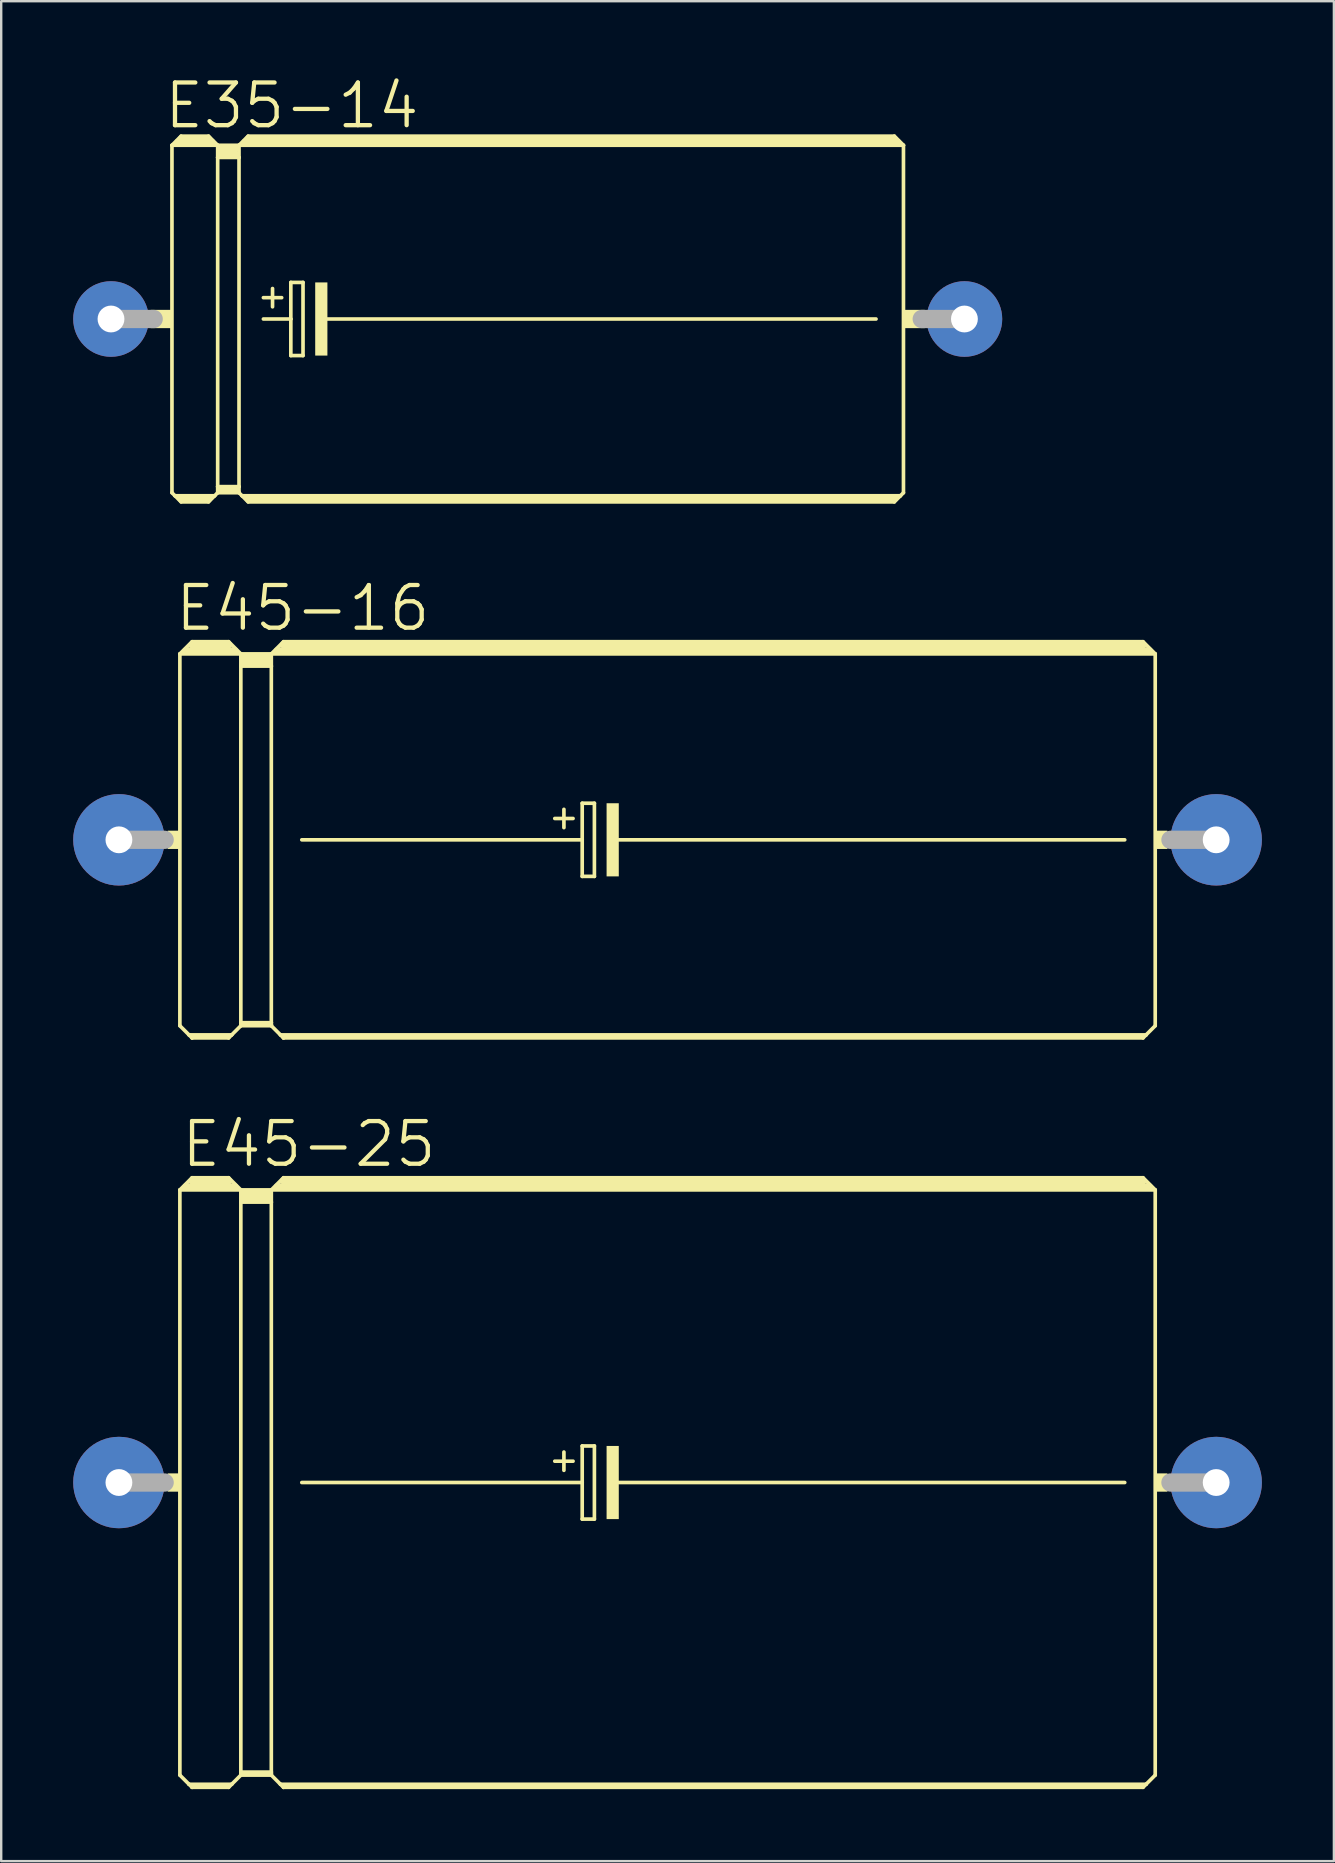
<source format=kicad_pcb>
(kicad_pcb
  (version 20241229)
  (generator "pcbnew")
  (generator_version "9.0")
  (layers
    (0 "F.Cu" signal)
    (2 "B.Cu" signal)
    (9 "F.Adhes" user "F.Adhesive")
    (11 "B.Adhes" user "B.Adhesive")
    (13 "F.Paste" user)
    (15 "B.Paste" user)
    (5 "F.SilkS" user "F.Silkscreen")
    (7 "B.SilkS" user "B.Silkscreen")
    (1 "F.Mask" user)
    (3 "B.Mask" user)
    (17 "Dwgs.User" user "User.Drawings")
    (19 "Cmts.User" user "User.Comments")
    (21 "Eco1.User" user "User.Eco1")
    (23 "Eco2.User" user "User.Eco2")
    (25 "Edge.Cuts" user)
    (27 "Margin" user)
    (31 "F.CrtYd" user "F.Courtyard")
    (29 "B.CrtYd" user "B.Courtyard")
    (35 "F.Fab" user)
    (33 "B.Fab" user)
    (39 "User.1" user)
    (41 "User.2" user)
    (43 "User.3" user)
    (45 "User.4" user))
  (footprint "E45-16"
    (layer "F.Cu")
    (at 24.765 31.943)
    (property "Reference" "E45-16" (at -15.198 -9.652 0) (layer "F.SilkS") (effects (font (size 1.778 1.778) (thickness 0.178))))
    (attr through_hole)
    (fp_line (start -20.32 -7.747) (end -20.32 7.747) (stroke (width 0.152) (type solid)) (layer "F.SilkS"))
    (fp_line (start -20.32 -7.747) (end -19.812 -8.255) (stroke (width 0.152) (type solid)) (layer "F.SilkS"))
    (fp_line (start -20.32 -7.747) (end -17.78 -7.747) (stroke (width 0.152) (type solid)) (layer "F.SilkS"))
    (fp_line (start -20.32 7.747) (end -19.939 8.128) (stroke (width 0.152) (type solid)) (layer "F.SilkS"))
    (fp_line (start -20.066 -7.874) (end -18.034 -7.874) (stroke (width 0.305) (type solid)) (layer "F.SilkS"))
    (fp_line (start -19.939 8.128) (end -19.812 8.255) (stroke (width 0.152) (type solid)) (layer "F.SilkS"))
    (fp_line (start -19.939 8.128) (end -18.161 8.128) (stroke (width 0.152) (type solid)) (layer "F.SilkS"))
    (fp_line (start -19.812 -8.255) (end -18.288 -8.255) (stroke (width 0.152) (type solid)) (layer "F.SilkS"))
    (fp_line (start -19.812 -8.128) (end -18.288 -8.128) (stroke (width 0.305) (type solid)) (layer "F.SilkS"))
    (fp_line (start -19.812 8.204) (end -18.288 8.204) (stroke (width 0.152) (type solid)) (layer "F.SilkS"))
    (fp_line (start -19.812 8.255) (end -19.812 8.204) (stroke (width 0.152) (type solid)) (layer "F.SilkS"))
    (fp_line (start -19.812 8.255) (end -18.288 8.255) (stroke (width 0.152) (type solid)) (layer "F.SilkS"))
    (fp_line (start -18.288 -8.255) (end -17.78 -7.747) (stroke (width 0.152) (type solid)) (layer "F.SilkS"))
    (fp_line (start -18.288 8.255) (end -18.161 8.128) (stroke (width 0.152) (type solid)) (layer "F.SilkS"))
    (fp_line (start -18.161 8.128) (end -17.78 7.747) (stroke (width 0.152) (type solid)) (layer "F.SilkS"))
    (fp_line (start -17.78 -7.747) (end -16.51 -7.747) (stroke (width 0.152) (type solid)) (layer "F.SilkS"))
    (fp_line (start -17.78 -7.239) (end -17.78 -7.747) (stroke (width 0.152) (type solid)) (layer "F.SilkS"))
    (fp_line (start -17.78 -7.239) (end -16.51 -7.239) (stroke (width 0.152) (type solid)) (layer "F.SilkS"))
    (fp_line (start -17.78 7.62) (end -17.78 -7.239) (stroke (width 0.152) (type solid)) (layer "F.SilkS"))
    (fp_line (start -17.78 7.62) (end -16.51 7.62) (stroke (width 0.152) (type solid)) (layer "F.SilkS"))
    (fp_line (start -17.78 7.696) (end -17.78 7.62) (stroke (width 0.152) (type solid)) (layer "F.SilkS"))
    (fp_line (start -17.78 7.696) (end -16.51 7.696) (stroke (width 0.152) (type solid)) (layer "F.SilkS"))
    (fp_line (start -17.78 7.747) (end -17.78 7.696) (stroke (width 0.152) (type solid)) (layer "F.SilkS"))
    (fp_line (start -17.78 7.747) (end -16.51 7.747) (stroke (width 0.152) (type solid)) (layer "F.SilkS"))
    (fp_line (start -17.653 -7.62) (end -16.637 -7.62) (stroke (width 0.305) (type solid)) (layer "F.SilkS"))
    (fp_line (start -17.653 -7.366) (end -16.637 -7.366) (stroke (width 0.305) (type solid)) (layer "F.SilkS"))
    (fp_line (start -16.51 -7.747) (end -16.002 -8.255) (stroke (width 0.152) (type solid)) (layer "F.SilkS"))
    (fp_line (start -16.51 -7.747) (end 20.32 -7.747) (stroke (width 0.152) (type solid)) (layer "F.SilkS"))
    (fp_line (start -16.51 -7.239) (end -16.51 -7.747) (stroke (width 0.152) (type solid)) (layer "F.SilkS"))
    (fp_line (start -16.51 7.62) (end -16.51 -7.239) (stroke (width 0.152) (type solid)) (layer "F.SilkS"))
    (fp_line (start -16.51 7.696) (end -16.51 7.62) (stroke (width 0.152) (type solid)) (layer "F.SilkS"))
    (fp_line (start -16.51 7.747) (end -16.51 7.696) (stroke (width 0.152) (type solid)) (layer "F.SilkS"))
    (fp_line (start -16.51 7.747) (end -16.129 8.128) (stroke (width 0.152) (type solid)) (layer "F.SilkS"))
    (fp_line (start -16.256 -7.874) (end 20.066 -7.874) (stroke (width 0.305) (type solid)) (layer "F.SilkS"))
    (fp_line (start -16.129 8.128) (end -16.002 8.255) (stroke (width 0.152) (type solid)) (layer "F.SilkS"))
    (fp_line (start -16.129 8.128) (end 19.939 8.128) (stroke (width 0.152) (type solid)) (layer "F.SilkS"))
    (fp_line (start -16.002 -8.255) (end 19.812 -8.255) (stroke (width 0.152) (type solid)) (layer "F.SilkS"))
    (fp_line (start -16.002 -8.128) (end 19.812 -8.128) (stroke (width 0.305) (type solid)) (layer "F.SilkS"))
    (fp_line (start -16.002 8.204) (end 19.812 8.204) (stroke (width 0.152) (type solid)) (layer "F.SilkS"))
    (fp_line (start -16.002 8.255) (end -16.002 8.204) (stroke (width 0.152) (type solid)) (layer "F.SilkS"))
    (fp_line (start -16.002 8.255) (end 19.812 8.255) (stroke (width 0.152) (type solid)) (layer "F.SilkS"))
    (fp_line (start -15.24 0) (end -3.556 0) (stroke (width 0.152) (type solid)) (layer "F.SilkS"))
    (fp_line (start -4.699 -0.889) (end -3.937 -0.889) (stroke (width 0.152) (type solid)) (layer "F.SilkS"))
    (fp_line (start -4.318 -1.27) (end -4.318 -0.508) (stroke (width 0.152) (type solid)) (layer "F.SilkS"))
    (fp_line (start -3.556 -1.524) (end -3.556 0) (stroke (width 0.152) (type solid)) (layer "F.SilkS"))
    (fp_line (start -3.556 0) (end -3.556 1.524) (stroke (width 0.152) (type solid)) (layer "F.SilkS"))
    (fp_line (start -3.556 1.524) (end -3.048 1.524) (stroke (width 0.152) (type solid)) (layer "F.SilkS"))
    (fp_line (start -3.048 -1.524) (end -3.556 -1.524) (stroke (width 0.152) (type solid)) (layer "F.SilkS"))
    (fp_line (start -3.048 1.524) (end -3.048 -1.524) (stroke (width 0.152) (type solid)) (layer "F.SilkS"))
    (fp_line (start -2.159 0) (end 19.05 0) (stroke (width 0.152) (type solid)) (layer "F.SilkS"))
    (fp_line (start 19.812 -8.255) (end 20.32 -7.747) (stroke (width 0.152) (type solid)) (layer "F.SilkS"))
    (fp_line (start 19.812 8.255) (end 19.939 8.128) (stroke (width 0.152) (type solid)) (layer "F.SilkS"))
    (fp_line (start 19.939 8.128) (end 20.32 7.747) (stroke (width 0.152) (type solid)) (layer "F.SilkS"))
    (fp_line (start 20.32 -7.747) (end 20.32 7.747) (stroke (width 0.152) (type solid)) (layer "F.SilkS"))
    (fp_poly (pts (xy -20.828 -0.381) (xy -20.32 -0.381) (xy -20.32 0.381) (xy -20.828 0.381)) (stroke (width 0) (type solid)) (fill yes) (layer "F.SilkS"))
    (fp_poly (pts (xy -2.54 -1.524) (xy -2.032 -1.524) (xy -2.032 1.524) (xy -2.54 1.524)) (stroke (width 0) (type solid)) (fill yes) (layer "F.SilkS"))
    (fp_poly (pts (xy 20.32 -0.381) (xy 20.828 -0.381) (xy 20.828 0.381) (xy 20.32 0.381)) (stroke (width 0) (type solid)) (fill yes) (layer "F.SilkS"))
    (fp_line (start -22.86 0) (end -20.955 0) (stroke (width 0.762) (type solid)) (layer "F.Fab"))
    (fp_line (start 22.86 0) (end 20.955 0) (stroke (width 0.762) (type solid)) (layer "F.Fab"))
    (pad "+" thru_hole circle (at -22.86 0) (size 3.81 3.81) (drill 1.118) (layers "*.Cu" "*.Mask"))
    (pad "-" thru_hole circle (at 22.86 0) (size 3.81 3.81) (drill 1.118) (layers "*.Cu" "*.Mask")))
  (footprint "E35-14"
    (layer "F.Cu")
    (at 19.355 10.242)
    (property "Reference" "E35-14" (at -10.245 -8.89 0) (layer "F.SilkS") (effects (font (size 1.778 1.778) (thickness 0.178))))
    (attr through_hole)
    (fp_line (start -15.24 -7.239) (end -15.24 7.239) (stroke (width 0.152) (type solid)) (layer "F.SilkS"))
    (fp_line (start -15.24 -7.239) (end -14.859 -7.62) (stroke (width 0.152) (type solid)) (layer "F.SilkS"))
    (fp_line (start -15.24 -7.239) (end -13.335 -7.239) (stroke (width 0.152) (type solid)) (layer "F.SilkS"))
    (fp_line (start -15.24 7.239) (end -15.113 7.366) (stroke (width 0.152) (type solid)) (layer "F.SilkS"))
    (fp_line (start -15.113 7.366) (end -14.859 7.62) (stroke (width 0.152) (type solid)) (layer "F.SilkS"))
    (fp_line (start -15.113 7.366) (end -13.462 7.366) (stroke (width 0.152) (type solid)) (layer "F.SilkS"))
    (fp_line (start -14.986 -7.366) (end -13.589 -7.366) (stroke (width 0.305) (type solid)) (layer "F.SilkS"))
    (fp_line (start -14.859 -7.62) (end -13.716 -7.62) (stroke (width 0.152) (type solid)) (layer "F.SilkS"))
    (fp_line (start -14.859 -7.493) (end -13.716 -7.493) (stroke (width 0.305) (type solid)) (layer "F.SilkS"))
    (fp_line (start -14.859 7.493) (end -13.716 7.493) (stroke (width 0.305) (type solid)) (layer "F.SilkS"))
    (fp_line (start -14.859 7.62) (end -13.716 7.62) (stroke (width 0.152) (type solid)) (layer "F.SilkS"))
    (fp_line (start -13.462 7.366) (end -13.716 7.62) (stroke (width 0.152) (type solid)) (layer "F.SilkS"))
    (fp_line (start -13.335 -7.239) (end -13.716 -7.62) (stroke (width 0.152) (type solid)) (layer "F.SilkS"))
    (fp_line (start -13.335 -7.239) (end -13.335 -6.731) (stroke (width 0.152) (type solid)) (layer "F.SilkS"))
    (fp_line (start -13.335 -7.239) (end -12.446 -7.239) (stroke (width 0.152) (type solid)) (layer "F.SilkS"))
    (fp_line (start -13.335 -6.731) (end -13.335 6.985) (stroke (width 0.152) (type solid)) (layer "F.SilkS"))
    (fp_line (start -13.335 -6.731) (end -12.446 -6.731) (stroke (width 0.152) (type solid)) (layer "F.SilkS"))
    (fp_line (start -13.335 6.985) (end -13.335 7.239) (stroke (width 0.152) (type solid)) (layer "F.SilkS"))
    (fp_line (start -13.335 6.985) (end -12.446 6.985) (stroke (width 0.152) (type solid)) (layer "F.SilkS"))
    (fp_line (start -13.335 7.239) (end -13.462 7.366) (stroke (width 0.152) (type solid)) (layer "F.SilkS"))
    (fp_line (start -13.335 7.239) (end -12.446 7.239) (stroke (width 0.152) (type solid)) (layer "F.SilkS"))
    (fp_line (start -13.208 -7.112) (end -12.573 -7.112) (stroke (width 0.305) (type solid)) (layer "F.SilkS"))
    (fp_line (start -13.208 -6.858) (end -12.573 -6.858) (stroke (width 0.305) (type solid)) (layer "F.SilkS"))
    (fp_line (start -13.208 7.112) (end -12.573 7.112) (stroke (width 0.305) (type solid)) (layer "F.SilkS"))
    (fp_line (start -12.446 -7.239) (end -12.446 -6.731) (stroke (width 0.152) (type solid)) (layer "F.SilkS"))
    (fp_line (start -12.446 -7.239) (end -12.065 -7.62) (stroke (width 0.152) (type solid)) (layer "F.SilkS"))
    (fp_line (start -12.446 -7.239) (end 15.24 -7.239) (stroke (width 0.152) (type solid)) (layer "F.SilkS"))
    (fp_line (start -12.446 -6.731) (end -12.446 6.985) (stroke (width 0.152) (type solid)) (layer "F.SilkS"))
    (fp_line (start -12.446 6.985) (end -12.446 7.239) (stroke (width 0.152) (type solid)) (layer "F.SilkS"))
    (fp_line (start -12.319 7.366) (end -12.446 7.239) (stroke (width 0.152) (type solid)) (layer "F.SilkS"))
    (fp_line (start -12.319 7.366) (end 15.113 7.366) (stroke (width 0.152) (type solid)) (layer "F.SilkS"))
    (fp_line (start -12.192 -7.366) (end 14.986 -7.366) (stroke (width 0.305) (type solid)) (layer "F.SilkS"))
    (fp_line (start -12.065 -7.493) (end 14.859 -7.493) (stroke (width 0.305) (type solid)) (layer "F.SilkS"))
    (fp_line (start -12.065 7.493) (end 14.859 7.493) (stroke (width 0.305) (type solid)) (layer "F.SilkS"))
    (fp_line (start -12.065 7.62) (end -12.319 7.366) (stroke (width 0.152) (type solid)) (layer "F.SilkS"))
    (fp_line (start -11.43 -0.889) (end -10.668 -0.889) (stroke (width 0.152) (type solid)) (layer "F.SilkS"))
    (fp_line (start -11.43 0) (end -10.287 0) (stroke (width 0.152) (type solid)) (layer "F.SilkS"))
    (fp_line (start -11.049 -1.27) (end -11.049 -0.508) (stroke (width 0.152) (type solid)) (layer "F.SilkS"))
    (fp_line (start -10.287 -1.524) (end -10.287 0) (stroke (width 0.152) (type solid)) (layer "F.SilkS"))
    (fp_line (start -10.287 0) (end -10.287 1.524) (stroke (width 0.152) (type solid)) (layer "F.SilkS"))
    (fp_line (start -10.287 1.524) (end -9.779 1.524) (stroke (width 0.152) (type solid)) (layer "F.SilkS"))
    (fp_line (start -9.779 -1.524) (end -10.287 -1.524) (stroke (width 0.152) (type solid)) (layer "F.SilkS"))
    (fp_line (start -9.779 1.524) (end -9.779 -1.524) (stroke (width 0.152) (type solid)) (layer "F.SilkS"))
    (fp_line (start -8.89 0) (end 14.097 0) (stroke (width 0.152) (type solid)) (layer "F.SilkS"))
    (fp_line (start 14.859 -7.62) (end -12.065 -7.62) (stroke (width 0.152) (type solid)) (layer "F.SilkS"))
    (fp_line (start 14.859 7.62) (end -12.065 7.62) (stroke (width 0.152) (type solid)) (layer "F.SilkS"))
    (fp_line (start 15.113 7.366) (end 14.859 7.62) (stroke (width 0.152) (type solid)) (layer "F.SilkS"))
    (fp_line (start 15.24 -7.239) (end 14.859 -7.62) (stroke (width 0.152) (type solid)) (layer "F.SilkS"))
    (fp_line (start 15.24 -7.239) (end 15.24 7.239) (stroke (width 0.152) (type solid)) (layer "F.SilkS"))
    (fp_line (start 15.24 7.239) (end 15.113 7.366) (stroke (width 0.152) (type solid)) (layer "F.SilkS"))
    (fp_poly (pts (xy -16.129 -0.381) (xy -15.24 -0.381) (xy -15.24 0.381) (xy -16.129 0.381)) (stroke (width 0) (type solid)) (fill yes) (layer "F.SilkS"))
    (fp_poly (pts (xy -9.271 -1.524) (xy -8.763 -1.524) (xy -8.763 1.524) (xy -9.271 1.524)) (stroke (width 0) (type solid)) (fill yes) (layer "F.SilkS"))
    (fp_poly (pts (xy 15.24 -0.381) (xy 16.129 -0.381) (xy 16.129 0.381) (xy 15.24 0.381)) (stroke (width 0) (type solid)) (fill yes) (layer "F.SilkS"))
    (fp_line (start -17.78 0) (end -16.002 0) (stroke (width 0.762) (type solid)) (layer "F.Fab"))
    (fp_line (start 17.78 0) (end 16.002 0) (stroke (width 0.762) (type solid)) (layer "F.Fab"))
    (pad "+" thru_hole circle (at -17.78 0) (size 3.15 3.15) (drill 1.118) (layers "*.Cu" "*.Mask"))
    (pad "-" thru_hole circle (at 17.78 0) (size 3.15 3.15) (drill 1.118) (layers "*.Cu" "*.Mask")))
  (footprint "E45-25"
    (layer "F.Cu")
    (at 24.765 58.723)
    (property "Reference" "E45-25" (at -14.944 -14.097 0) (layer "F.SilkS") (effects (font (size 1.778 1.778) (thickness 0.178))))
    (attr through_hole)
    (fp_line (start -20.32 -12.192) (end -20.32 12.192) (stroke (width 0.152) (type solid)) (layer "F.SilkS"))
    (fp_line (start -20.32 -12.192) (end -19.812 -12.7) (stroke (width 0.152) (type solid)) (layer "F.SilkS"))
    (fp_line (start -20.32 -12.192) (end -17.78 -12.192) (stroke (width 0.152) (type solid)) (layer "F.SilkS"))
    (fp_line (start -20.32 12.192) (end -19.939 12.573) (stroke (width 0.152) (type solid)) (layer "F.SilkS"))
    (fp_line (start -20.066 -12.319) (end -18.034 -12.319) (stroke (width 0.305) (type solid)) (layer "F.SilkS"))
    (fp_line (start -19.939 12.573) (end -19.812 12.7) (stroke (width 0.152) (type solid)) (layer "F.SilkS"))
    (fp_line (start -19.939 12.573) (end -18.161 12.573) (stroke (width 0.152) (type solid)) (layer "F.SilkS"))
    (fp_line (start -19.812 -12.7) (end -18.288 -12.7) (stroke (width 0.152) (type solid)) (layer "F.SilkS"))
    (fp_line (start -19.812 -12.573) (end -18.288 -12.573) (stroke (width 0.305) (type solid)) (layer "F.SilkS"))
    (fp_line (start -19.812 12.649) (end -18.288 12.649) (stroke (width 0.152) (type solid)) (layer "F.SilkS"))
    (fp_line (start -19.812 12.7) (end -19.812 12.649) (stroke (width 0.152) (type solid)) (layer "F.SilkS"))
    (fp_line (start -19.812 12.7) (end -18.288 12.7) (stroke (width 0.152) (type solid)) (layer "F.SilkS"))
    (fp_line (start -18.288 -12.7) (end -17.78 -12.192) (stroke (width 0.152) (type solid)) (layer "F.SilkS"))
    (fp_line (start -18.288 12.7) (end -18.161 12.573) (stroke (width 0.152) (type solid)) (layer "F.SilkS"))
    (fp_line (start -18.161 12.573) (end -17.78 12.192) (stroke (width 0.152) (type solid)) (layer "F.SilkS"))
    (fp_line (start -17.78 -12.192) (end -16.51 -12.192) (stroke (width 0.152) (type solid)) (layer "F.SilkS"))
    (fp_line (start -17.78 -11.684) (end -17.78 -12.192) (stroke (width 0.152) (type solid)) (layer "F.SilkS"))
    (fp_line (start -17.78 -11.684) (end -16.51 -11.684) (stroke (width 0.152) (type solid)) (layer "F.SilkS"))
    (fp_line (start -17.78 12.065) (end -17.78 -11.684) (stroke (width 0.152) (type solid)) (layer "F.SilkS"))
    (fp_line (start -17.78 12.065) (end -16.51 12.065) (stroke (width 0.152) (type solid)) (layer "F.SilkS"))
    (fp_line (start -17.78 12.141) (end -17.78 12.065) (stroke (width 0.152) (type solid)) (layer "F.SilkS"))
    (fp_line (start -17.78 12.141) (end -16.51 12.141) (stroke (width 0.152) (type solid)) (layer "F.SilkS"))
    (fp_line (start -17.78 12.192) (end -17.78 12.141) (stroke (width 0.152) (type solid)) (layer "F.SilkS"))
    (fp_line (start -17.78 12.192) (end -16.51 12.192) (stroke (width 0.152) (type solid)) (layer "F.SilkS"))
    (fp_line (start -17.653 -12.065) (end -16.637 -12.065) (stroke (width 0.305) (type solid)) (layer "F.SilkS"))
    (fp_line (start -17.653 -11.811) (end -16.637 -11.811) (stroke (width 0.305) (type solid)) (layer "F.SilkS"))
    (fp_line (start -16.51 -12.192) (end -16.002 -12.7) (stroke (width 0.152) (type solid)) (layer "F.SilkS"))
    (fp_line (start -16.51 -12.192) (end 20.32 -12.192) (stroke (width 0.152) (type solid)) (layer "F.SilkS"))
    (fp_line (start -16.51 -11.684) (end -16.51 -12.192) (stroke (width 0.152) (type solid)) (layer "F.SilkS"))
    (fp_line (start -16.51 12.065) (end -16.51 -11.684) (stroke (width 0.152) (type solid)) (layer "F.SilkS"))
    (fp_line (start -16.51 12.141) (end -16.51 12.065) (stroke (width 0.152) (type solid)) (layer "F.SilkS"))
    (fp_line (start -16.51 12.192) (end -16.51 12.141) (stroke (width 0.152) (type solid)) (layer "F.SilkS"))
    (fp_line (start -16.51 12.192) (end -16.129 12.573) (stroke (width 0.152) (type solid)) (layer "F.SilkS"))
    (fp_line (start -16.256 -12.319) (end 20.066 -12.319) (stroke (width 0.305) (type solid)) (layer "F.SilkS"))
    (fp_line (start -16.129 12.573) (end -16.002 12.7) (stroke (width 0.152) (type solid)) (layer "F.SilkS"))
    (fp_line (start -16.129 12.573) (end 19.939 12.573) (stroke (width 0.152) (type solid)) (layer "F.SilkS"))
    (fp_line (start -16.002 -12.7) (end 19.812 -12.7) (stroke (width 0.152) (type solid)) (layer "F.SilkS"))
    (fp_line (start -16.002 -12.573) (end 19.812 -12.573) (stroke (width 0.305) (type solid)) (layer "F.SilkS"))
    (fp_line (start -16.002 12.649) (end 19.812 12.649) (stroke (width 0.152) (type solid)) (layer "F.SilkS"))
    (fp_line (start -16.002 12.7) (end -16.002 12.649) (stroke (width 0.152) (type solid)) (layer "F.SilkS"))
    (fp_line (start -16.002 12.7) (end 19.812 12.7) (stroke (width 0.152) (type solid)) (layer "F.SilkS"))
    (fp_line (start -15.24 0) (end -3.556 0) (stroke (width 0.152) (type solid)) (layer "F.SilkS"))
    (fp_line (start -4.699 -0.889) (end -3.937 -0.889) (stroke (width 0.152) (type solid)) (layer "F.SilkS"))
    (fp_line (start -4.318 -1.27) (end -4.318 -0.508) (stroke (width 0.152) (type solid)) (layer "F.SilkS"))
    (fp_line (start -3.556 -1.524) (end -3.556 0) (stroke (width 0.152) (type solid)) (layer "F.SilkS"))
    (fp_line (start -3.556 0) (end -3.556 1.524) (stroke (width 0.152) (type solid)) (layer "F.SilkS"))
    (fp_line (start -3.556 1.524) (end -3.048 1.524) (stroke (width 0.152) (type solid)) (layer "F.SilkS"))
    (fp_line (start -3.048 -1.524) (end -3.556 -1.524) (stroke (width 0.152) (type solid)) (layer "F.SilkS"))
    (fp_line (start -3.048 1.524) (end -3.048 -1.524) (stroke (width 0.152) (type solid)) (layer "F.SilkS"))
    (fp_line (start -2.159 0) (end 19.05 0) (stroke (width 0.152) (type solid)) (layer "F.SilkS"))
    (fp_line (start 19.812 -12.7) (end 20.32 -12.192) (stroke (width 0.152) (type solid)) (layer "F.SilkS"))
    (fp_line (start 19.812 12.7) (end 19.939 12.573) (stroke (width 0.152) (type solid)) (layer "F.SilkS"))
    (fp_line (start 19.939 12.573) (end 20.32 12.192) (stroke (width 0.152) (type solid)) (layer "F.SilkS"))
    (fp_line (start 20.32 -12.192) (end 20.32 12.192) (stroke (width 0.152) (type solid)) (layer "F.SilkS"))
    (fp_poly (pts (xy -20.828 -0.381) (xy -20.32 -0.381) (xy -20.32 0.381) (xy -20.828 0.381)) (stroke (width 0) (type solid)) (fill yes) (layer "F.SilkS"))
    (fp_poly (pts (xy -2.54 -1.524) (xy -2.032 -1.524) (xy -2.032 1.524) (xy -2.54 1.524)) (stroke (width 0) (type solid)) (fill yes) (layer "F.SilkS"))
    (fp_poly (pts (xy 20.32 -0.381) (xy 20.828 -0.381) (xy 20.828 0.381) (xy 20.32 0.381)) (stroke (width 0) (type solid)) (fill yes) (layer "F.SilkS"))
    (fp_line (start -22.86 0) (end -20.955 0) (stroke (width 0.762) (type solid)) (layer "F.Fab"))
    (fp_line (start 22.86 0) (end 20.955 0) (stroke (width 0.762) (type solid)) (layer "F.Fab"))
    (pad "+" thru_hole circle (at -22.86 0) (size 3.81 3.81) (drill 1.118) (layers "*.Cu" "*.Mask"))
    (pad "-" thru_hole circle (at 22.86 0) (size 3.81 3.81) (drill 1.118) (layers "*.Cu" "*.Mask")))
  (gr_rect
    (start -3 -3)
    (end 52.53 74.499)
    (stroke (width 0.1) (type default))
    (fill no)
    (layer "Edge.Cuts")))
</source>
